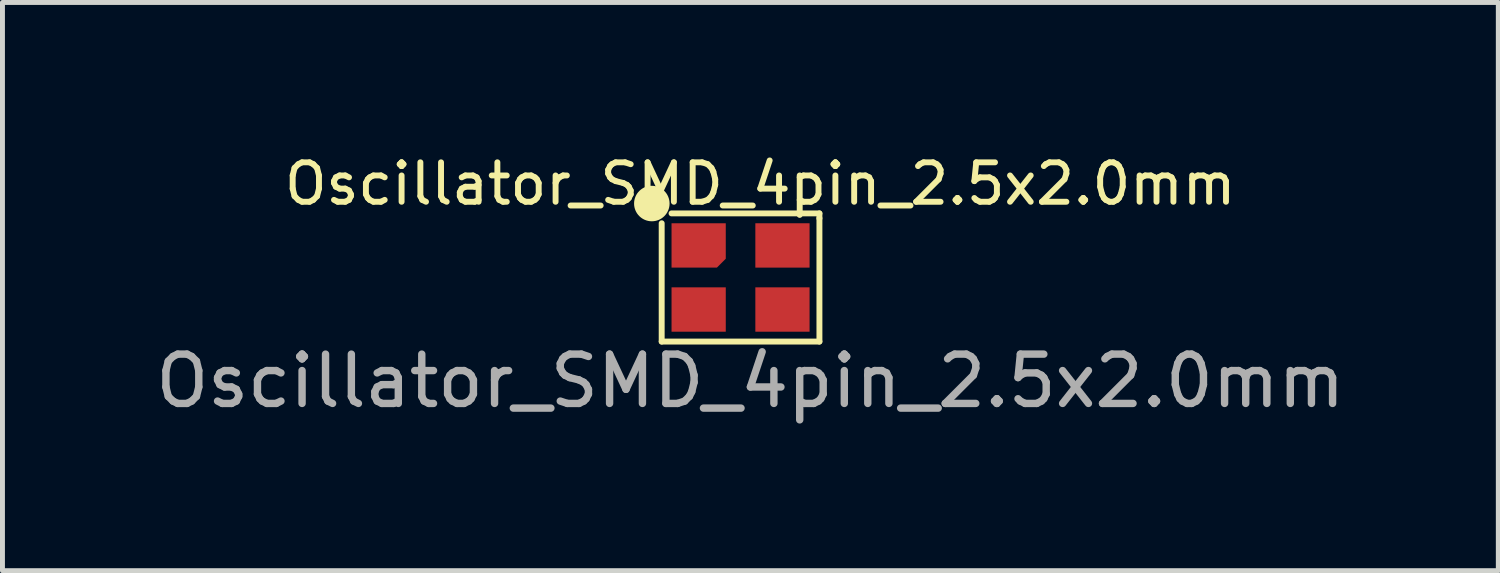
<source format=kicad_pcb>
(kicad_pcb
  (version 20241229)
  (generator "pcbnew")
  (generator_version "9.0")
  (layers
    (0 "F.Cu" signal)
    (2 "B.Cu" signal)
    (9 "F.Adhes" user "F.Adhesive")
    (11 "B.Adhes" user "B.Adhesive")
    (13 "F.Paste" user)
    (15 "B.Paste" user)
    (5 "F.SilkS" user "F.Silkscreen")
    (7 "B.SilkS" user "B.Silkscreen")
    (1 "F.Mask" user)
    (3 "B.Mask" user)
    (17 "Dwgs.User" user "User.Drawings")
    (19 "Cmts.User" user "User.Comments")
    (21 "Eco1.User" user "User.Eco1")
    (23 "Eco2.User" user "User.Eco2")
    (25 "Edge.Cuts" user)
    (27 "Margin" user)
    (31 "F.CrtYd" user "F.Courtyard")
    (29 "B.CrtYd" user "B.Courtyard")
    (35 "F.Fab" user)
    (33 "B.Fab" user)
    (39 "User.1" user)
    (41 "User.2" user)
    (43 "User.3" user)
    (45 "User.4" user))
  (footprint "Oscillator_SMD_4pin_2.5x2.0mm"
    (layer "F.Cu")
    (at 11.973 2.579)
    (property "Reference" "Oscillator_SMD_4pin_2.5x2.0mm" (at 0.4 -1.9 0) (unlocked yes) (layer "F.SilkS") (effects (font (size 0.8 0.8) (thickness 0.12))))
    (attr smd)
    (fp_line (start -1.6 -1.1) (end -1.6 1.3) (stroke (width 0.12) (type solid)) (layer "F.SilkS"))
    (fp_line (start -1.6 1.3) (end 1.6 1.3) (stroke (width 0.12) (type solid)) (layer "F.SilkS"))
    (fp_line (start 1.6 -1.3) (end -1.4 -1.3) (stroke (width 0.12) (type solid)) (layer "F.SilkS"))
    (fp_line (start 1.6 -1.2) (end 1.6 -1.3) (stroke (width 0.12) (type solid)) (layer "F.SilkS"))
    (fp_line (start 1.6 1.3) (end 1.6 -1.2) (stroke (width 0.12) (type solid)) (layer "F.SilkS"))
    (fp_circle (center -1.8 -1.5) (end -1.5 -1.5) (stroke (width 0.12) (type solid)) (fill yes) (layer "F.SilkS"))
    (fp_text user "${REFERENCE}" (at 0.2 2.1 0) (unlocked yes) (layer "F.Fab") (effects (font (size 1 1) (thickness 0.15))))
    (pad "1" smd roundrect (at -0.85 -0.65) (size 1.1 0.9) (layers "F.Cu" "F.Mask" "F.Paste") (roundrect_rratio 0) (chamfer_ratio 0.2) (chamfer bottom_right))
    (pad "2" smd rect (at 0.85 -0.65) (size 1.1 0.9) (layers "F.Cu" "F.Mask" "F.Paste"))
    (pad "3" smd rect (at 0.85 0.65) (size 1.1 0.9) (layers "F.Cu" "F.Mask" "F.Paste"))
    (pad "4" smd rect (at -0.85 0.65) (size 1.1 0.9) (layers "F.Cu" "F.Mask" "F.Paste")))
  (gr_rect
    (start -3 -3)
    (end 27.345 8.527)
    (stroke (width 0.1) (type default))
    (fill no)
    (layer "Edge.Cuts")))
</source>
